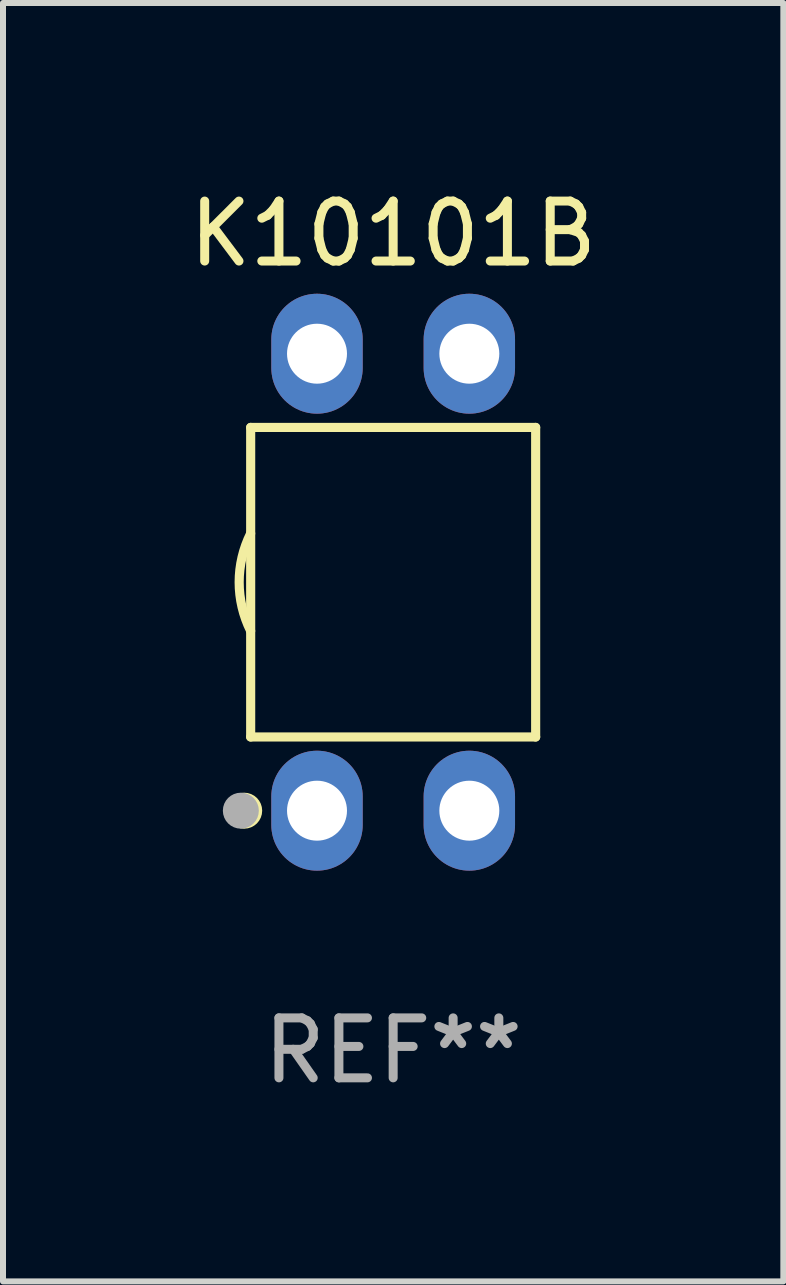
<source format=kicad_pcb>
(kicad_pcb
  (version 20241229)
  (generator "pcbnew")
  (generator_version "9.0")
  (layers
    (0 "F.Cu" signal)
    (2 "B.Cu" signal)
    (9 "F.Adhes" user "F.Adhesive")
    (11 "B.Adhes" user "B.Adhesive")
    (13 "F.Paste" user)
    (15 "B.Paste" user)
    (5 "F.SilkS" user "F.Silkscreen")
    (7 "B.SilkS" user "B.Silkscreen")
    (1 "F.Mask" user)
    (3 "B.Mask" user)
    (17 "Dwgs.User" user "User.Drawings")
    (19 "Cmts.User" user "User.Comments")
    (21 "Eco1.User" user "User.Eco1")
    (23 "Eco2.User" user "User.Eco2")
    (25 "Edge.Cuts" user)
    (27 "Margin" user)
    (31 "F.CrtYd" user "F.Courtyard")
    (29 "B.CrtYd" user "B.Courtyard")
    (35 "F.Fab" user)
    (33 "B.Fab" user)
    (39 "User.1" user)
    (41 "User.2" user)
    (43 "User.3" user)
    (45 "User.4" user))
  (footprint "K10101B"
    (layer "F.Cu")
    (at 3.506 6.658)
    (property "Reference" "K10101B" (at 0 -5.81 0) (layer "F.SilkS") (effects (font (size 1 1) (thickness 0.15))))
    (attr through_hole)
    (fp_line (start -2.376 -2.581) (end 2.376 -2.581) (stroke (width 0.152) (type solid)) (layer "F.SilkS"))
    (fp_line (start -2.376 2.581) (end -2.376 -2.581) (stroke (width 0.152) (type solid)) (layer "F.SilkS"))
    (fp_line (start 2.376 -2.581) (end 2.376 2.581) (stroke (width 0.152) (type solid)) (layer "F.SilkS"))
    (fp_line (start 2.376 2.581) (end -2.376 2.581) (stroke (width 0.152) (type solid)) (layer "F.SilkS"))
    (fp_arc (start -2.3762 0.812496) (mid -2.568004 0) (end -2.3762 -0.812497) (stroke (width 0.1524) (type solid)) (layer "F.SilkS"))
    (fp_circle (center -2.484 3.81) (end -2.334 3.81) (stroke (width 0.3) (type solid)) (fill no) (layer "F.SilkS"))
    (fp_circle (center -2.3 3.935) (end -2.27 3.935) (stroke (width 0.06) (type solid)) (fill no) (layer "F.SilkS"))
    (fp_circle (center -2.54 3.81) (end -2.39 3.81) (stroke (width 0.3) (type solid)) (fill no) (layer "F.Fab"))
    (fp_text user "REF**" (at 0 7.81 0) (layer "F.Fab") (effects (font (size 1 1) (thickness 0.15))))
    (pad "1" thru_hole oval (at -1.27 3.81) (size 1.524 2) (drill 1) (layers "*.Cu" "*.Mask"))
    (pad "2" thru_hole oval (at 1.27 3.81) (size 1.524 2) (drill 1) (layers "*.Cu" "*.Mask"))
    (pad "3" thru_hole oval (at 1.27 -3.81) (size 1.524 2) (drill 1) (layers "*.Cu" "*.Mask"))
    (pad "4" thru_hole oval (at -1.27 -3.81) (size 1.524 2) (drill 1) (layers "*.Cu" "*.Mask")))
  (gr_rect
    (start -3 -3)
    (end 10.012 18.317)
    (stroke (width 0.1) (type default))
    (fill no)
    (layer "Edge.Cuts")))
</source>
